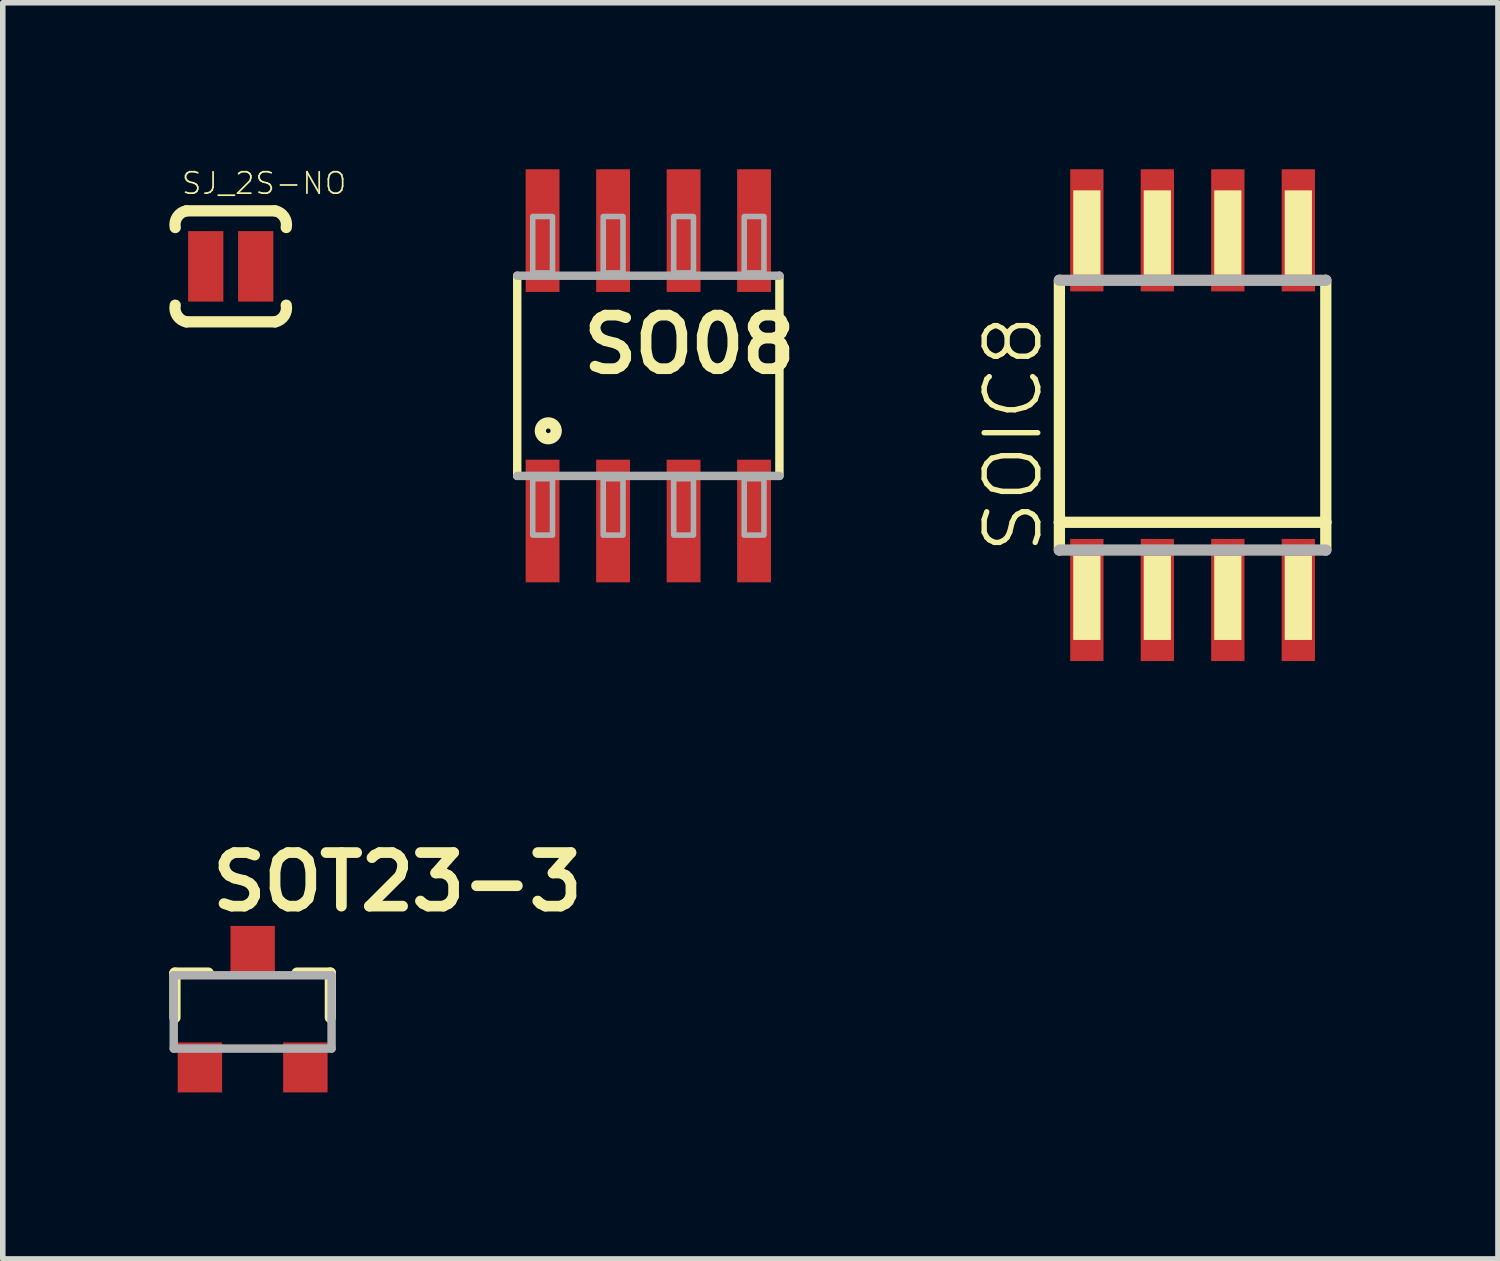
<source format=kicad_pcb>
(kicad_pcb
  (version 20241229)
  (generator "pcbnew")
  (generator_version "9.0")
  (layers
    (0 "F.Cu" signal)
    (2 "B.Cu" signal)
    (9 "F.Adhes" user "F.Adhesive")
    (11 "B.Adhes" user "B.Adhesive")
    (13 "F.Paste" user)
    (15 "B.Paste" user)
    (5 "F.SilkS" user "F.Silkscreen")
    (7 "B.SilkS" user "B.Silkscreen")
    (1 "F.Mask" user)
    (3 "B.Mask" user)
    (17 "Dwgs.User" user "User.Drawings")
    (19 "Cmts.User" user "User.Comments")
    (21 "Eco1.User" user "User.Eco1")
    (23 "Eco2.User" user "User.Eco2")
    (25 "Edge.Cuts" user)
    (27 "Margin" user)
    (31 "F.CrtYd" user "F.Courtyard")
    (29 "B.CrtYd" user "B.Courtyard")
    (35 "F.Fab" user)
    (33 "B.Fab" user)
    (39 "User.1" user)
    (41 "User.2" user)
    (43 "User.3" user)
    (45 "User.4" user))
  (footprint "SOT23-3"
    (layer "F.Cu")
    (at 1.502 15.182)
    (property "Reference" "SOT23-3" (at -0.826 -1.778 180) (layer "F.SilkS") (effects (font (size 0.965 0.965) (thickness 0.193)) (justify left bottom)))
    (attr through_hole)
    (fp_line (start -1.4 -0.7) (end -1.4 0.1) (stroke (width 0.203) (type solid)) (layer "F.SilkS"))
    (fp_line (start -0.8 -0.7) (end -1.4 -0.7) (stroke (width 0.203) (type solid)) (layer "F.SilkS"))
    (fp_line (start 0.8 -0.7) (end 1.4 -0.7) (stroke (width 0.203) (type solid)) (layer "F.SilkS"))
    (fp_line (start 1.4 -0.7) (end 1.4 0.1) (stroke (width 0.203) (type solid)) (layer "F.SilkS"))
    (fp_line (start -1.422 -0.66) (end 1.422 -0.66) (stroke (width 0.152) (type solid)) (layer "F.Fab"))
    (fp_line (start -1.422 0.66) (end -1.422 -0.66) (stroke (width 0.152) (type solid)) (layer "F.Fab"))
    (fp_line (start 1.422 -0.66) (end 1.422 0.66) (stroke (width 0.152) (type solid)) (layer "F.Fab"))
    (fp_line (start 1.422 0.66) (end -1.422 0.66) (stroke (width 0.152) (type solid)) (layer "F.Fab"))
    (pad "1" smd rect (at -0.95 1) (size 0.8 0.9) (layers "F.Cu" "F.Mask" "F.Paste"))
    (pad "2" smd rect (at 0.95 1) (size 0.8 0.9) (layers "F.Cu" "F.Mask" "F.Paste"))
    (pad "3" smd rect (at 0 -1.1) (size 0.8 0.9) (layers "F.Cu" "F.Mask" "F.Paste")))
  (footprint "SOIC8"
    (layer "F.Cu")
    (at 18.437 4.43)
    (property "Reference" "SOIC8" (at -2.667 2.54 270) (layer "F.SilkS") (effects (font (size 0.965 0.965) (thickness 0.097)) (justify left bottom)))
    (attr through_hole)
    (fp_line (start -2.4 1.93) (end -2.4 -2.43) (stroke (width 0.203) (type solid)) (layer "F.SilkS"))
    (fp_line (start -2.4 2.43) (end -2.4 1.93) (stroke (width 0.203) (type solid)) (layer "F.SilkS"))
    (fp_line (start 2.4 -2.43) (end 2.4 1.93) (stroke (width 0.203) (type solid)) (layer "F.SilkS"))
    (fp_line (start 2.4 1.93) (end -2.4 1.93) (stroke (width 0.203) (type solid)) (layer "F.SilkS"))
    (fp_line (start 2.4 1.93) (end 2.4 2.43) (stroke (width 0.203) (type solid)) (layer "F.SilkS"))
    (fp_poly (pts (xy -2.15 -2.53) (xy -1.66 -2.53) (xy -1.66 -4.05) (xy -2.15 -4.05)) (stroke (width 0) (type solid)) (fill yes) (layer "F.SilkS"))
    (fp_poly (pts (xy -2.15 4.05) (xy -1.66 4.05) (xy -1.66 2.53) (xy -2.15 2.53)) (stroke (width 0) (type solid)) (fill yes) (layer "F.SilkS"))
    (fp_poly (pts (xy -0.88 -2.53) (xy -0.39 -2.53) (xy -0.39 -4.05) (xy -0.88 -4.05)) (stroke (width 0) (type solid)) (fill yes) (layer "F.SilkS"))
    (fp_poly (pts (xy -0.88 4.05) (xy -0.39 4.05) (xy -0.39 2.53) (xy -0.88 2.53)) (stroke (width 0) (type solid)) (fill yes) (layer "F.SilkS"))
    (fp_poly (pts (xy 0.39 -2.53) (xy 0.88 -2.53) (xy 0.88 -4.05) (xy 0.39 -4.05)) (stroke (width 0) (type solid)) (fill yes) (layer "F.SilkS"))
    (fp_poly (pts (xy 0.39 4.05) (xy 0.88 4.05) (xy 0.88 2.53) (xy 0.39 2.53)) (stroke (width 0) (type solid)) (fill yes) (layer "F.SilkS"))
    (fp_poly (pts (xy 1.66 -2.53) (xy 2.15 -2.53) (xy 2.15 -4.05) (xy 1.66 -4.05)) (stroke (width 0) (type solid)) (fill yes) (layer "F.SilkS"))
    (fp_poly (pts (xy 1.66 4.05) (xy 2.15 4.05) (xy 2.15 2.53) (xy 1.66 2.53)) (stroke (width 0) (type solid)) (fill yes) (layer "F.SilkS"))
    (fp_line (start -2.4 -2.43) (end 2.4 -2.43) (stroke (width 0.203) (type solid)) (layer "F.Fab"))
    (fp_line (start 2.4 2.43) (end -2.4 2.43) (stroke (width 0.203) (type solid)) (layer "F.Fab"))
    (pad "1" smd rect (at -1.905 3.33) (size 0.6 2.2) (layers "F.Cu" "F.Mask" "F.Paste"))
    (pad "2" smd rect (at -0.635 3.33) (size 0.6 2.2) (layers "F.Cu" "F.Mask" "F.Paste"))
    (pad "3" smd rect (at 0.635 3.33) (size 0.6 2.2) (layers "F.Cu" "F.Mask" "F.Paste"))
    (pad "4" smd rect (at 1.905 3.33) (size 0.6 2.2) (layers "F.Cu" "F.Mask" "F.Paste"))
    (pad "5" smd rect (at 1.905 -3.33) (size 0.6 2.2) (layers "F.Cu" "F.Mask" "F.Paste"))
    (pad "6" smd rect (at 0.635 -3.33) (size 0.6 2.2) (layers "F.Cu" "F.Mask" "F.Paste"))
    (pad "7" smd rect (at -0.635 -3.33) (size 0.6 2.2) (layers "F.Cu" "F.Mask" "F.Paste"))
    (pad "8" smd rect (at -1.905 -3.33) (size 0.6 2.2) (layers "F.Cu" "F.Mask" "F.Paste")))
  (footprint "SO08"
    (layer "F.Cu")
    (at 8.631 3.721)
    (property "Reference" "SO08" (at -1.27 0 180) (layer "F.SilkS") (effects (font (size 0.965 0.965) (thickness 0.193)) (justify left bottom)))
    (attr through_hole)
    (fp_line (start -2.362 -1.803) (end -2.362 1.803) (stroke (width 0.152) (type solid)) (layer "F.SilkS"))
    (fp_line (start 2.362 1.803) (end 2.362 -1.803) (stroke (width 0.152) (type solid)) (layer "F.SilkS"))
    (fp_circle (center -1.803 0.991) (end -1.66 0.991) (stroke (width 0.203) (type solid)) (fill no) (layer "F.SilkS"))
    (fp_line (start -2.362 1.803) (end 2.362 1.803) (stroke (width 0.152) (type solid)) (layer "F.Fab"))
    (fp_line (start 2.362 -1.803) (end -2.362 -1.803) (stroke (width 0.152) (type solid)) (layer "F.Fab"))
    (fp_poly (pts (xy -2.083 -1.854) (xy -1.727 -1.854) (xy -1.727 -2.87) (xy -2.083 -2.87)) (stroke (width 0.1) (type solid)) (fill no) (layer "F.Fab"))
    (fp_poly (pts (xy -2.083 2.87) (xy -1.727 2.87) (xy -1.727 1.854) (xy -2.083 1.854)) (stroke (width 0.1) (type solid)) (fill no) (layer "F.Fab"))
    (fp_poly (pts (xy -0.813 -1.854) (xy -0.457 -1.854) (xy -0.457 -2.87) (xy -0.813 -2.87)) (stroke (width 0.1) (type solid)) (fill no) (layer "F.Fab"))
    (fp_poly (pts (xy -0.813 2.87) (xy -0.457 2.87) (xy -0.457 1.854) (xy -0.813 1.854)) (stroke (width 0.1) (type solid)) (fill no) (layer "F.Fab"))
    (fp_poly (pts (xy 0.457 -1.854) (xy 0.813 -1.854) (xy 0.813 -2.87) (xy 0.457 -2.87)) (stroke (width 0.1) (type solid)) (fill no) (layer "F.Fab"))
    (fp_poly (pts (xy 0.457 2.87) (xy 0.813 2.87) (xy 0.813 1.854) (xy 0.457 1.854)) (stroke (width 0.1) (type solid)) (fill no) (layer "F.Fab"))
    (fp_poly (pts (xy 1.727 -1.854) (xy 2.083 -1.854) (xy 2.083 -2.87) (xy 1.727 -2.87)) (stroke (width 0.1) (type solid)) (fill no) (layer "F.Fab"))
    (fp_poly (pts (xy 1.727 2.87) (xy 2.083 2.87) (xy 2.083 1.854) (xy 1.727 1.854)) (stroke (width 0.1) (type solid)) (fill no) (layer "F.Fab"))
    (pad "1" smd rect (at -1.905 2.616) (size 0.61 2.21) (layers "F.Cu" "F.Mask" "F.Paste"))
    (pad "2" smd rect (at -0.635 2.616) (size 0.61 2.21) (layers "F.Cu" "F.Mask" "F.Paste"))
    (pad "3" smd rect (at 0.635 2.616) (size 0.61 2.21) (layers "F.Cu" "F.Mask" "F.Paste"))
    (pad "4" smd rect (at 1.905 2.616) (size 0.61 2.21) (layers "F.Cu" "F.Mask" "F.Paste"))
    (pad "5" smd rect (at 1.905 -2.616) (size 0.61 2.21) (layers "F.Cu" "F.Mask" "F.Paste"))
    (pad "6" smd rect (at 0.635 -2.616) (size 0.61 2.21) (layers "F.Cu" "F.Mask" "F.Paste"))
    (pad "7" smd rect (at -0.635 -2.616) (size 0.61 2.21) (layers "F.Cu" "F.Mask" "F.Paste"))
    (pad "8" smd rect (at -1.905 -2.616) (size 0.61 2.21) (layers "F.Cu" "F.Mask" "F.Paste")))
  (footprint "SJ_2S-NO"
    (layer "F.Cu")
    (at 1.107 1.749)
    (property "Reference" "SJ_2S-NO" (at -0.908 -1.27 0) (layer "F.SilkS") (effects (font (size 0.386 0.386) (thickness 0.031)) (justify left bottom)))
    (attr through_hole)
    (fp_line (start -0.8 -1) (end 0.8 -1) (stroke (width 0.203) (type solid)) (layer "F.SilkS"))
    (fp_line (start 0.8 1) (end -0.8 1) (stroke (width 0.203) (type solid)) (layer "F.SilkS"))
    (fp_arc (start -1 -0.7) (mid -0.962132 -0.891421) (end -0.8 -1) (stroke (width 0.2032) (type solid)) (layer "F.SilkS"))
    (fp_arc (start -0.8 1) (mid -0.962132 0.891421) (end -1 0.7) (stroke (width 0.2032) (type solid)) (layer "F.SilkS"))
    (fp_arc (start 0.8 -1) (mid 0.962132 -0.891421) (end 1 -0.7) (stroke (width 0.2032) (type solid)) (layer "F.SilkS"))
    (fp_arc (start 1 0.7) (mid 0.962132 0.891421) (end 0.8 1) (stroke (width 0.2032) (type solid)) (layer "F.SilkS"))
    (pad "1" smd rect (at -0.45 0) (size 0.635 1.27) (layers "F.Cu" "F.Mask"))
    (pad "2" smd rect (at 0.45 0) (size 0.635 1.27) (layers "F.Cu" "F.Mask")))
  (gr_rect
    (start -3 -3)
    (end 23.939 19.632)
    (stroke (width 0.1) (type default))
    (fill no)
    (layer "Edge.Cuts")))
</source>
